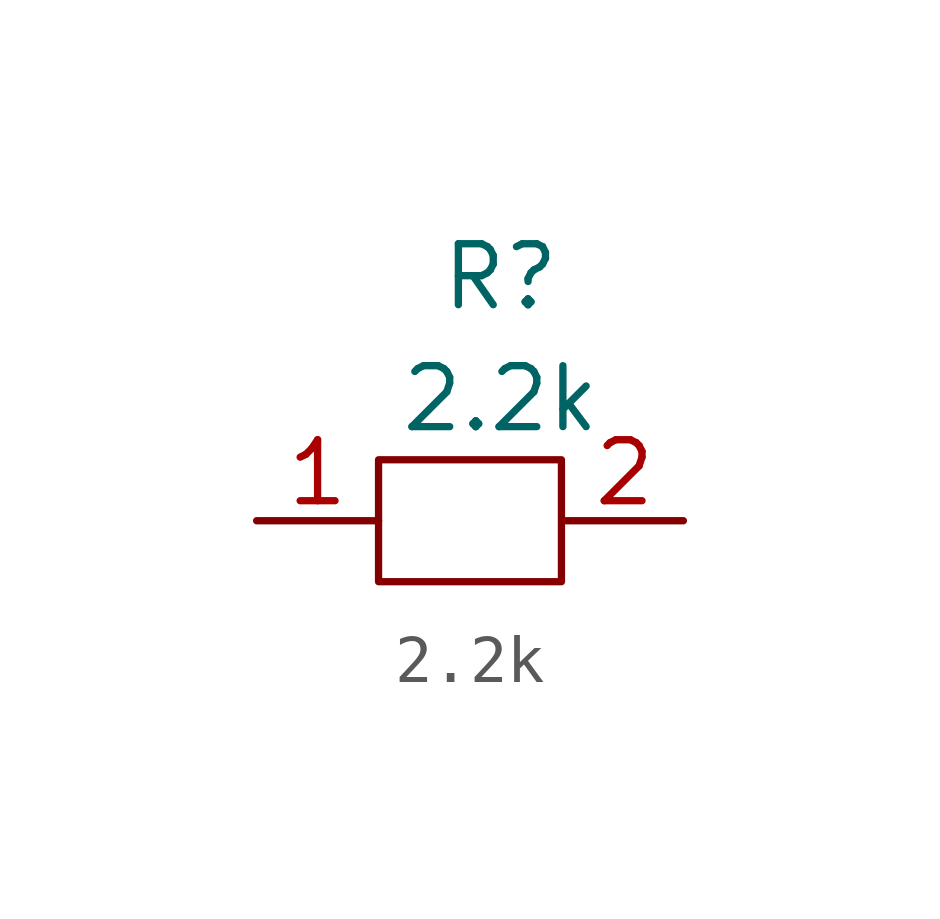
<source format=kicad_sym>
(kicad_symbol_lib
  (version 20211014)
  (generator kicad_symbol_editor)
  (symbol "2.2k"
    (property "Reference" "R"
      (at 2.54 5.08 0)
      (effects (font (size 1.27 1.27))))
    (property "Value" "2.2k"
      (at 2.54 2.54 0)
      (effects (font (size 1.27 1.27))))
    (symbol "2.2k_0_0"
      (pin passive line (at -2.54 0 0) (length 2.54) (name "~" (effects (font (size 1.27 1.27)))) (number "1" (effects (font (size 1.27 1.27)))))
      (pin passive line (at 6.35 0 180) (length 2.45) (name "~" (effects (font (size 1.27 1.27)))) (number "2" (effects (font (size 1.27 1.27))))))
    (symbol "2.2k_0_1"
      (polyline (pts (xy 0 1.27) (xy 3.81 1.27) (xy 3.81 -1.27) (xy 0 -1.27) (xy 0 1.27)) (stroke (width 0.152) (type default) (color 0 0 0 0)) (fill (type none))))))
</source>
